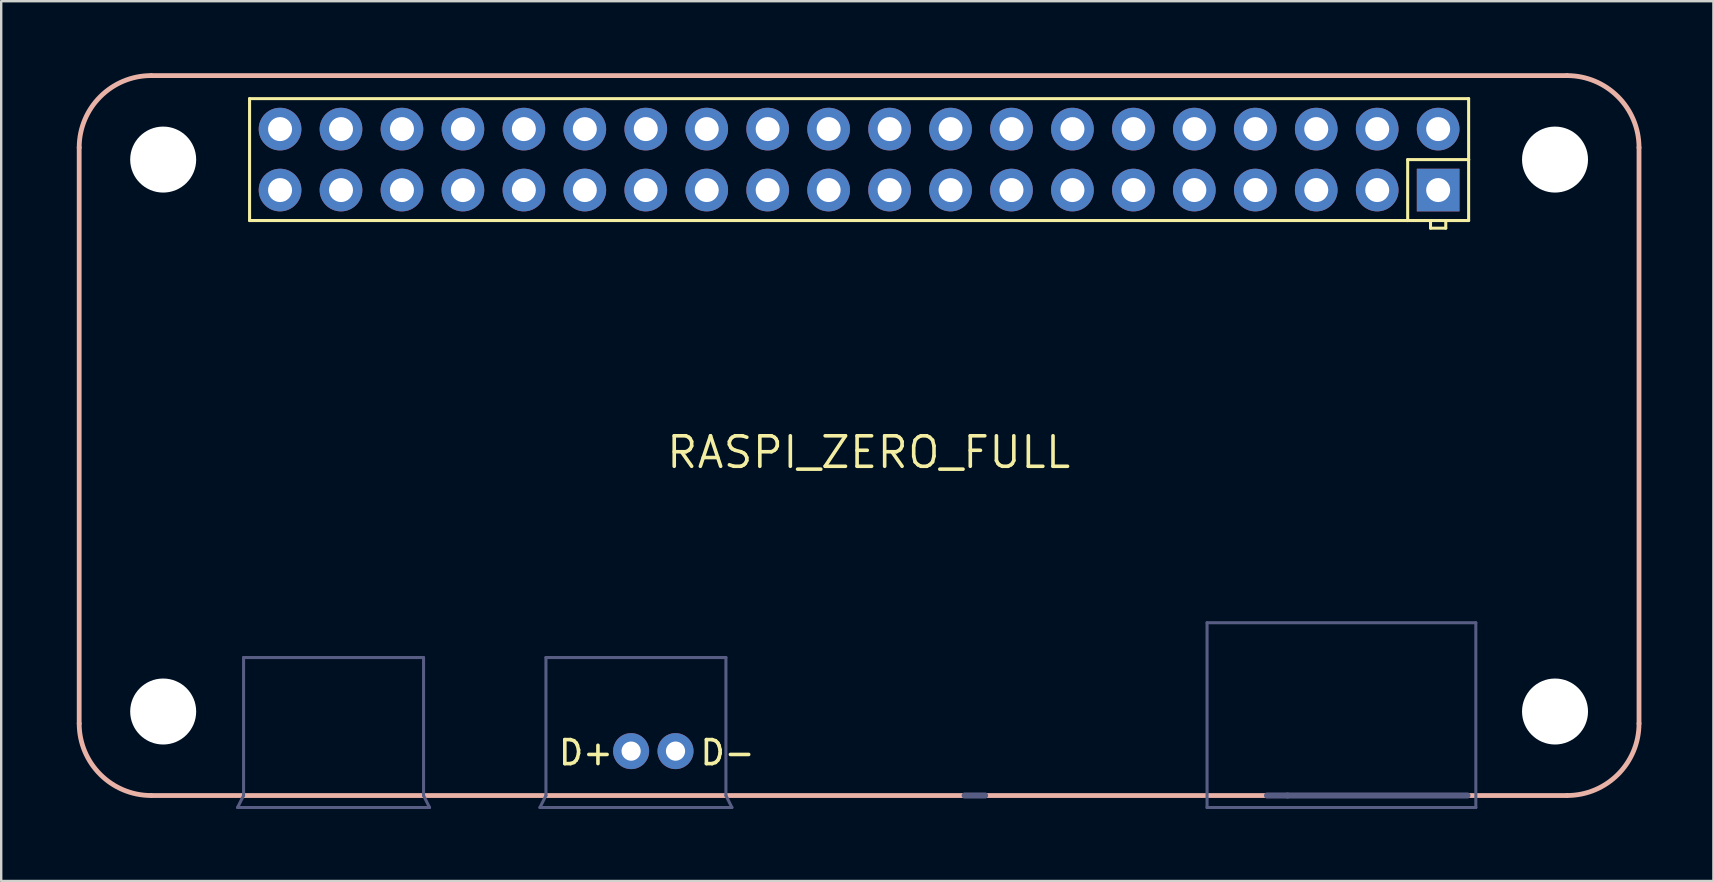
<source format=kicad_pcb>
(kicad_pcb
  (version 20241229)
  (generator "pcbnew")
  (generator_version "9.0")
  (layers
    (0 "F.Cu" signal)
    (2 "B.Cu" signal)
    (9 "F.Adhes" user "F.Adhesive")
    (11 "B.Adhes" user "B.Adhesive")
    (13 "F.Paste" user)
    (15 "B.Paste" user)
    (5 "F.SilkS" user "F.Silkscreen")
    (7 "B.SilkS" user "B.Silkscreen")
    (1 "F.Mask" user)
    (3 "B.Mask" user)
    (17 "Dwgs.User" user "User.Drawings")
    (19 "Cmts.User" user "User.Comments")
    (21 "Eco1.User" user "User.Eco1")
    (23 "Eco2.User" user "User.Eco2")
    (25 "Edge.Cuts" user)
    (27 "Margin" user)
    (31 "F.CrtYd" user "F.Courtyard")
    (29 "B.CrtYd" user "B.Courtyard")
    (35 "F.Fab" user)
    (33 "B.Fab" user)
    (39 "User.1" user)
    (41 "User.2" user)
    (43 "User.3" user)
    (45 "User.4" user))
  (footprint "RASPI_ZERO_FULL"
    (layer "F.Cu")
    (at 0.25 30.1)
    (property "Reference" "RASPI_ZERO_FULL" (at 32.9 -14.3 0) (unlocked yes) (layer "F.SilkS") (effects (font (size 1.27 1.27) (thickness 0.15))))
    (fp_poly (pts (xy 6.6 -26.5) (xy 6.581 -26.847) (xy 6.522 -27.19) (xy 6.426 -27.524) (xy 6.293 -27.845) (xy 6.125 -28.149) (xy 5.924 -28.433) (xy 5.692 -28.692) (xy 5.433 -28.924) (xy 5.149 -29.125) (xy 4.845 -29.293) (xy 4.524 -29.426) (xy 4.19 -29.522) (xy 3.847 -29.581) (xy 3.5 -29.6) (xy 3.153 -29.581) (xy 2.81 -29.522) (xy 2.476 -29.426) (xy 2.155 -29.293) (xy 1.851 -29.125) (xy 1.567 -28.924) (xy 1.308 -28.692) (xy 1.076 -28.433) (xy 0.875 -28.149) (xy 0.707 -27.845) (xy 0.574 -27.524) (xy 0.478 -27.19) (xy 0.419 -26.847) (xy 0.4 -26.5) (xy 0.419 -26.153) (xy 0.478 -25.81) (xy 0.574 -25.476) (xy 0.707 -25.155) (xy 0.875 -24.851) (xy 1.076 -24.567) (xy 1.308 -24.308) (xy 1.567 -24.076) (xy 1.851 -23.875) (xy 2.155 -23.707) (xy 2.476 -23.574) (xy 2.81 -23.478) (xy 3.153 -23.419) (xy 3.5 -23.4) (xy 3.847 -23.419) (xy 4.19 -23.478) (xy 4.524 -23.574) (xy 4.845 -23.707) (xy 5.149 -23.875) (xy 5.433 -24.076) (xy 5.692 -24.308) (xy 5.924 -24.567) (xy 6.125 -24.851) (xy 6.293 -25.155) (xy 6.426 -25.476) (xy 6.522 -25.81) (xy 6.581 -26.153)) (stroke (width 0) (type solid)) (fill yes) (layer "F.Mask"))
    (fp_poly (pts (xy 6.6 -3.5) (xy 6.581 -3.847) (xy 6.522 -4.19) (xy 6.426 -4.524) (xy 6.293 -4.845) (xy 6.125 -5.149) (xy 5.924 -5.433) (xy 5.692 -5.692) (xy 5.433 -5.924) (xy 5.149 -6.125) (xy 4.845 -6.293) (xy 4.524 -6.426) (xy 4.19 -6.522) (xy 3.847 -6.581) (xy 3.5 -6.6) (xy 3.153 -6.581) (xy 2.81 -6.522) (xy 2.476 -6.426) (xy 2.155 -6.293) (xy 1.851 -6.125) (xy 1.567 -5.924) (xy 1.308 -5.692) (xy 1.076 -5.433) (xy 0.875 -5.149) (xy 0.707 -4.845) (xy 0.574 -4.524) (xy 0.478 -4.19) (xy 0.419 -3.847) (xy 0.4 -3.5) (xy 0.419 -3.153) (xy 0.478 -2.81) (xy 0.574 -2.476) (xy 0.707 -2.155) (xy 0.875 -1.851) (xy 1.076 -1.567) (xy 1.308 -1.308) (xy 1.567 -1.076) (xy 1.851 -0.875) (xy 2.155 -0.707) (xy 2.476 -0.574) (xy 2.81 -0.478) (xy 3.153 -0.419) (xy 3.5 -0.4) (xy 3.847 -0.419) (xy 4.19 -0.478) (xy 4.524 -0.574) (xy 4.845 -0.707) (xy 5.149 -0.875) (xy 5.433 -1.076) (xy 5.692 -1.308) (xy 5.924 -1.567) (xy 6.125 -1.851) (xy 6.293 -2.155) (xy 6.426 -2.476) (xy 6.522 -2.81) (xy 6.581 -3.153)) (stroke (width 0) (type solid)) (fill yes) (layer "F.Mask"))
    (fp_poly (pts (xy 64.6 -26.5) (xy 64.581 -26.847) (xy 64.522 -27.19) (xy 64.426 -27.524) (xy 64.293 -27.845) (xy 64.125 -28.149) (xy 63.924 -28.433) (xy 63.692 -28.692) (xy 63.433 -28.924) (xy 63.149 -29.125) (xy 62.845 -29.293) (xy 62.524 -29.426) (xy 62.19 -29.522) (xy 61.847 -29.581) (xy 61.5 -29.6) (xy 61.153 -29.581) (xy 60.81 -29.522) (xy 60.476 -29.426) (xy 60.155 -29.293) (xy 59.851 -29.125) (xy 59.567 -28.924) (xy 59.308 -28.692) (xy 59.076 -28.433) (xy 58.875 -28.149) (xy 58.707 -27.845) (xy 58.574 -27.524) (xy 58.478 -27.19) (xy 58.419 -26.847) (xy 58.4 -26.5) (xy 58.419 -26.153) (xy 58.478 -25.81) (xy 58.574 -25.476) (xy 58.707 -25.155) (xy 58.875 -24.851) (xy 59.076 -24.567) (xy 59.308 -24.308) (xy 59.567 -24.076) (xy 59.851 -23.875) (xy 60.155 -23.707) (xy 60.476 -23.574) (xy 60.81 -23.478) (xy 61.153 -23.419) (xy 61.5 -23.4) (xy 61.847 -23.419) (xy 62.19 -23.478) (xy 62.524 -23.574) (xy 62.845 -23.707) (xy 63.149 -23.875) (xy 63.433 -24.076) (xy 63.692 -24.308) (xy 63.924 -24.567) (xy 64.125 -24.851) (xy 64.293 -25.155) (xy 64.426 -25.476) (xy 64.522 -25.81) (xy 64.581 -26.153)) (stroke (width 0) (type solid)) (fill yes) (layer "F.Mask"))
    (fp_poly (pts (xy 64.6 -3.5) (xy 64.581 -3.847) (xy 64.522 -4.19) (xy 64.426 -4.524) (xy 64.293 -4.845) (xy 64.125 -5.149) (xy 63.924 -5.433) (xy 63.692 -5.692) (xy 63.433 -5.924) (xy 63.149 -6.125) (xy 62.845 -6.293) (xy 62.524 -6.426) (xy 62.19 -6.522) (xy 61.847 -6.581) (xy 61.5 -6.6) (xy 61.153 -6.581) (xy 60.81 -6.522) (xy 60.476 -6.426) (xy 60.155 -6.293) (xy 59.851 -6.125) (xy 59.567 -5.924) (xy 59.308 -5.692) (xy 59.076 -5.433) (xy 58.875 -5.149) (xy 58.707 -4.845) (xy 58.574 -4.524) (xy 58.478 -4.19) (xy 58.419 -3.847) (xy 58.4 -3.5) (xy 58.419 -3.153) (xy 58.478 -2.81) (xy 58.574 -2.476) (xy 58.707 -2.155) (xy 58.875 -1.851) (xy 59.076 -1.567) (xy 59.308 -1.308) (xy 59.567 -1.076) (xy 59.851 -0.875) (xy 60.155 -0.707) (xy 60.476 -0.574) (xy 60.81 -0.478) (xy 61.153 -0.419) (xy 61.5 -0.4) (xy 61.847 -0.419) (xy 62.19 -0.478) (xy 62.524 -0.574) (xy 62.845 -0.707) (xy 63.149 -0.875) (xy 63.433 -1.076) (xy 63.692 -1.308) (xy 63.924 -1.567) (xy 64.125 -1.851) (xy 64.293 -2.155) (xy 64.426 -2.476) (xy 64.522 -2.81) (xy 64.581 -3.153)) (stroke (width 0) (type solid)) (fill yes) (layer "F.Mask"))
    (fp_poly (pts (xy 6.59 -26.5) (xy 6.57 -26.847) (xy 6.512 -27.19) (xy 6.416 -27.524) (xy 6.283 -27.845) (xy 6.115 -28.149) (xy 5.913 -28.433) (xy 5.682 -28.692) (xy 5.423 -28.924) (xy 5.139 -29.125) (xy 4.835 -29.293) (xy 4.514 -29.426) (xy 4.18 -29.522) (xy 3.837 -29.581) (xy 3.49 -29.6) (xy 3.143 -29.581) (xy 2.8 -29.522) (xy 2.466 -29.426) (xy 2.145 -29.293) (xy 1.841 -29.125) (xy 1.557 -28.924) (xy 1.298 -28.692) (xy 1.066 -28.433) (xy 0.865 -28.149) (xy 0.697 -27.845) (xy 0.564 -27.524) (xy 0.468 -27.19) (xy 0.409 -26.847) (xy 0.39 -26.5) (xy 0.409 -26.153) (xy 0.468 -25.81) (xy 0.564 -25.476) (xy 0.697 -25.155) (xy 0.865 -24.851) (xy 1.066 -24.567) (xy 1.298 -24.308) (xy 1.557 -24.076) (xy 1.841 -23.875) (xy 2.145 -23.707) (xy 2.466 -23.574) (xy 2.8 -23.478) (xy 3.143 -23.419) (xy 3.49 -23.4) (xy 3.837 -23.419) (xy 4.18 -23.478) (xy 4.514 -23.574) (xy 4.835 -23.707) (xy 5.139 -23.875) (xy 5.423 -24.076) (xy 5.682 -24.308) (xy 5.913 -24.567) (xy 6.115 -24.851) (xy 6.283 -25.155) (xy 6.416 -25.476) (xy 6.512 -25.81) (xy 6.57 -26.153)) (stroke (width 0) (type solid)) (fill yes) (layer "B.Mask"))
    (fp_poly (pts (xy 6.6 -3.5) (xy 6.581 -3.847) (xy 6.522 -4.19) (xy 6.426 -4.524) (xy 6.293 -4.845) (xy 6.125 -5.149) (xy 5.924 -5.433) (xy 5.692 -5.692) (xy 5.433 -5.924) (xy 5.149 -6.125) (xy 4.845 -6.293) (xy 4.524 -6.426) (xy 4.19 -6.522) (xy 3.847 -6.581) (xy 3.5 -6.6) (xy 3.153 -6.581) (xy 2.81 -6.522) (xy 2.476 -6.426) (xy 2.155 -6.293) (xy 1.851 -6.125) (xy 1.567 -5.924) (xy 1.308 -5.692) (xy 1.076 -5.433) (xy 0.875 -5.149) (xy 0.707 -4.845) (xy 0.574 -4.524) (xy 0.478 -4.19) (xy 0.419 -3.847) (xy 0.4 -3.5) (xy 0.419 -3.153) (xy 0.478 -2.81) (xy 0.574 -2.476) (xy 0.707 -2.155) (xy 0.875 -1.851) (xy 1.076 -1.567) (xy 1.308 -1.308) (xy 1.567 -1.076) (xy 1.851 -0.875) (xy 2.155 -0.707) (xy 2.476 -0.574) (xy 2.81 -0.478) (xy 3.153 -0.419) (xy 3.5 -0.4) (xy 3.847 -0.419) (xy 4.19 -0.478) (xy 4.524 -0.574) (xy 4.845 -0.707) (xy 5.149 -0.875) (xy 5.433 -1.076) (xy 5.692 -1.308) (xy 5.924 -1.567) (xy 6.125 -1.851) (xy 6.293 -2.155) (xy 6.426 -2.476) (xy 6.522 -2.81) (xy 6.581 -3.153)) (stroke (width 0) (type solid)) (fill yes) (layer "B.Mask"))
    (fp_poly (pts (xy 64.6 -26.5) (xy 64.581 -26.847) (xy 64.522 -27.19) (xy 64.426 -27.524) (xy 64.293 -27.845) (xy 64.125 -28.149) (xy 63.924 -28.433) (xy 63.692 -28.692) (xy 63.433 -28.924) (xy 63.149 -29.125) (xy 62.845 -29.293) (xy 62.524 -29.426) (xy 62.19 -29.522) (xy 61.847 -29.581) (xy 61.5 -29.6) (xy 61.153 -29.581) (xy 60.81 -29.522) (xy 60.476 -29.426) (xy 60.155 -29.293) (xy 59.851 -29.125) (xy 59.567 -28.924) (xy 59.308 -28.692) (xy 59.076 -28.433) (xy 58.875 -28.149) (xy 58.707 -27.845) (xy 58.574 -27.524) (xy 58.478 -27.19) (xy 58.419 -26.847) (xy 58.4 -26.5) (xy 58.419 -26.153) (xy 58.478 -25.81) (xy 58.574 -25.476) (xy 58.707 -25.155) (xy 58.875 -24.851) (xy 59.076 -24.567) (xy 59.308 -24.308) (xy 59.567 -24.076) (xy 59.851 -23.875) (xy 60.155 -23.707) (xy 60.476 -23.574) (xy 60.81 -23.478) (xy 61.153 -23.419) (xy 61.5 -23.4) (xy 61.847 -23.419) (xy 62.19 -23.478) (xy 62.524 -23.574) (xy 62.845 -23.707) (xy 63.149 -23.875) (xy 63.433 -24.076) (xy 63.692 -24.308) (xy 63.924 -24.567) (xy 64.125 -24.851) (xy 64.293 -25.155) (xy 64.426 -25.476) (xy 64.522 -25.81) (xy 64.581 -26.153)) (stroke (width 0) (type solid)) (fill yes) (layer "B.Mask"))
    (fp_poly (pts (xy 64.6 -3.5) (xy 64.581 -3.847) (xy 64.522 -4.19) (xy 64.426 -4.524) (xy 64.293 -4.845) (xy 64.125 -5.149) (xy 63.924 -5.433) (xy 63.692 -5.692) (xy 63.433 -5.924) (xy 63.149 -6.125) (xy 62.845 -6.293) (xy 62.524 -6.426) (xy 62.19 -6.522) (xy 61.847 -6.581) (xy 61.5 -6.6) (xy 61.153 -6.581) (xy 60.81 -6.522) (xy 60.476 -6.426) (xy 60.155 -6.293) (xy 59.851 -6.125) (xy 59.567 -5.924) (xy 59.308 -5.692) (xy 59.076 -5.433) (xy 58.875 -5.149) (xy 58.707 -4.845) (xy 58.574 -4.524) (xy 58.478 -4.19) (xy 58.419 -3.847) (xy 58.4 -3.5) (xy 58.419 -3.153) (xy 58.478 -2.81) (xy 58.574 -2.476) (xy 58.707 -2.155) (xy 58.875 -1.851) (xy 59.076 -1.567) (xy 59.308 -1.308) (xy 59.567 -1.076) (xy 59.851 -0.875) (xy 60.155 -0.707) (xy 60.476 -0.574) (xy 60.81 -0.478) (xy 61.153 -0.419) (xy 61.5 -0.4) (xy 61.847 -0.419) (xy 62.19 -0.478) (xy 62.524 -0.574) (xy 62.845 -0.707) (xy 63.149 -0.875) (xy 63.433 -1.076) (xy 63.692 -1.308) (xy 63.924 -1.567) (xy 64.125 -1.851) (xy 64.293 -2.155) (xy 64.426 -2.476) (xy 64.522 -2.81) (xy 64.581 -3.153)) (stroke (width 0) (type solid)) (fill yes) (layer "B.Mask"))
    (fp_line (start 7.1 -29.04) (end 57.9 -29.04) (stroke (width 0.127) (type solid)) (layer "F.SilkS"))
    (fp_line (start 7.1 -23.96) (end 7.1 -29.04) (stroke (width 0.127) (type solid)) (layer "F.SilkS"))
    (fp_line (start 55.36 -26.5) (end 55.36 -23.96) (stroke (width 0.127) (type solid)) (layer "F.SilkS"))
    (fp_line (start 55.36 -23.96) (end 7.1 -23.96) (stroke (width 0.127) (type solid)) (layer "F.SilkS"))
    (fp_line (start 56.312 -23.96) (end 55.36 -23.96) (stroke (width 0.127) (type solid)) (layer "F.SilkS"))
    (fp_line (start 56.312 -23.642) (end 56.312 -23.96) (stroke (width 0.127) (type solid)) (layer "F.SilkS"))
    (fp_line (start 56.947 -23.96) (end 56.312 -23.96) (stroke (width 0.127) (type solid)) (layer "F.SilkS"))
    (fp_line (start 56.947 -23.96) (end 56.947 -23.642) (stroke (width 0.127) (type solid)) (layer "F.SilkS"))
    (fp_line (start 56.947 -23.642) (end 56.312 -23.642) (stroke (width 0.127) (type solid)) (layer "F.SilkS"))
    (fp_line (start 57.9 -29.04) (end 57.9 -26.5) (stroke (width 0.127) (type solid)) (layer "F.SilkS"))
    (fp_line (start 57.9 -26.5) (end 55.36 -26.5) (stroke (width 0.127) (type solid)) (layer "F.SilkS"))
    (fp_line (start 57.9 -26.5) (end 57.9 -23.96) (stroke (width 0.127) (type solid)) (layer "F.SilkS"))
    (fp_line (start 57.9 -23.96) (end 56.947 -23.96) (stroke (width 0.127) (type solid)) (layer "F.SilkS"))
    (fp_line (start 0 -27) (end 0 -3) (stroke (width 0.2) (type solid)) (layer "B.SilkS"))
    (fp_line (start 3 0) (end 6.85 0) (stroke (width 0.2) (type solid)) (layer "B.SilkS"))
    (fp_line (start 6.85 0) (end 14.35 0) (stroke (width 0.2) (type solid)) (layer "B.SilkS"))
    (fp_line (start 14.35 0) (end 62 0) (stroke (width 0.2) (type solid)) (layer "B.SilkS"))
    (fp_line (start 62 -30) (end 3 -30) (stroke (width 0.2) (type solid)) (layer "B.SilkS"))
    (fp_line (start 65 -3) (end 65 -27) (stroke (width 0.2) (type solid)) (layer "B.SilkS"))
    (fp_arc (start 0 -27) (mid 0.87868 -29.12132) (end 3 -30) (stroke (width 0.2) (type solid)) (layer "B.SilkS"))
    (fp_arc (start 3 0) (mid 0.87868 -0.87868) (end 0 -3) (stroke (width 0.2) (type solid)) (layer "B.SilkS"))
    (fp_arc (start 62 -30) (mid 64.12132 -29.12132) (end 65 -27) (stroke (width 0.2) (type solid)) (layer "B.SilkS"))
    (fp_arc (start 65 -3) (mid 64.12132 -0.87868) (end 62 0) (stroke (width 0.2) (type solid)) (layer "B.SilkS"))
    (fp_line (start 6.6 0.5) (end 14.6 0.5) (stroke (width 0.127) (type solid)) (layer "B.Fab"))
    (fp_line (start 6.85 -5.75) (end 14.35 -5.75) (stroke (width 0.127) (type solid)) (layer "B.Fab"))
    (fp_line (start 6.85 0) (end 6.6 0.5) (stroke (width 0.127) (type solid)) (layer "B.Fab"))
    (fp_line (start 6.85 0) (end 6.85 -5.75) (stroke (width 0.127) (type solid)) (layer "B.Fab"))
    (fp_line (start 14.35 -5.75) (end 14.35 0) (stroke (width 0.127) (type solid)) (layer "B.Fab"))
    (fp_line (start 14.6 0.5) (end 14.35 0) (stroke (width 0.127) (type solid)) (layer "B.Fab"))
    (fp_line (start 19.2 0.5) (end 27.2 0.5) (stroke (width 0.127) (type solid)) (layer "B.Fab"))
    (fp_line (start 19.45 -5.75) (end 26.95 -5.75) (stroke (width 0.127) (type solid)) (layer "B.Fab"))
    (fp_line (start 19.45 0) (end 19.2 0.5) (stroke (width 0.127) (type solid)) (layer "B.Fab"))
    (fp_line (start 19.45 0) (end 19.45 -5.75) (stroke (width 0.127) (type solid)) (layer "B.Fab"))
    (fp_line (start 26.95 -5.75) (end 26.95 0) (stroke (width 0.127) (type solid)) (layer "B.Fab"))
    (fp_line (start 27.2 0.5) (end 26.95 0) (stroke (width 0.127) (type solid)) (layer "B.Fab"))
    (fp_line (start 36.9 0) (end 37.75 0) (stroke (width 0.254) (type solid)) (layer "B.Fab"))
    (fp_line (start 47 -7.2) (end 58.2 -7.2) (stroke (width 0.127) (type default)) (layer "B.Fab"))
    (fp_line (start 47 0.5) (end 47 -7.2) (stroke (width 0.127) (type default)) (layer "B.Fab"))
    (fp_line (start 47 0.5) (end 58.2 0.5) (stroke (width 0.127) (type default)) (layer "B.Fab"))
    (fp_line (start 49.5 0) (end 50.35 0) (stroke (width 0.254) (type solid)) (layer "B.Fab"))
    (fp_line (start 50.35 0) (end 57.85 0) (stroke (width 0.254) (type solid)) (layer "B.Fab"))
    (fp_line (start 58.2 0.5) (end 58.2 -7.2) (stroke (width 0.127) (type default)) (layer "B.Fab"))
    (fp_text user "D+" (at 19.9 -1.2 0) (unlocked yes) (layer "F.SilkS") (effects (font (size 1 1) (thickness 0.15)) (justify left bottom)))
    (fp_text user "D-" (at 25.8 -1.2 0) (unlocked yes) (layer "F.SilkS") (effects (font (size 1 1) (thickness 0.15)) (justify left bottom)))
    (pad "" np_thru_hole circle (at 3.5 -26.5) (size 2.75 2.75) (drill 2.75) (layers "*.Cu" "*.Mask"))
    (pad "" np_thru_hole circle (at 3.5 -3.5) (size 2.75 2.75) (drill 2.75) (layers "*.Cu" "*.Mask"))
    (pad "" np_thru_hole circle (at 61.5 -26.5) (size 2.75 2.75) (drill 2.75) (layers "*.Cu" "*.Mask"))
    (pad "" np_thru_hole circle (at 61.5 -3.5) (size 2.75 2.75) (drill 2.75) (layers "*.Cu" "*.Mask"))
    (pad "1" thru_hole rect (at 56.63 -25.23) (size 1.778 1.778) (drill 1) (layers "*.Cu" "*.Mask"))
    (pad "2" thru_hole circle (at 56.63 -27.77) (size 1.778 1.778) (drill 1) (layers "*.Cu" "*.Mask"))
    (pad "3" thru_hole circle (at 54.09 -25.23) (size 1.778 1.778) (drill 1) (layers "*.Cu" "*.Mask"))
    (pad "4" thru_hole circle (at 54.09 -27.77) (size 1.778 1.778) (drill 1) (layers "*.Cu" "*.Mask"))
    (pad "5" thru_hole circle (at 51.55 -25.23) (size 1.778 1.778) (drill 1) (layers "*.Cu" "*.Mask"))
    (pad "6" thru_hole circle (at 51.55 -27.77) (size 1.778 1.778) (drill 1) (layers "*.Cu" "*.Mask"))
    (pad "7" thru_hole circle (at 49.01 -25.23) (size 1.778 1.778) (drill 1) (layers "*.Cu" "*.Mask"))
    (pad "8" thru_hole circle (at 49.01 -27.77) (size 1.778 1.778) (drill 1) (layers "*.Cu" "*.Mask"))
    (pad "9" thru_hole circle (at 46.47 -25.23) (size 1.778 1.778) (drill 1) (layers "*.Cu" "*.Mask"))
    (pad "10" thru_hole circle (at 46.47 -27.77) (size 1.778 1.778) (drill 1) (layers "*.Cu" "*.Mask"))
    (pad "11" thru_hole circle (at 43.93 -25.23) (size 1.778 1.778) (drill 1) (layers "*.Cu" "*.Mask"))
    (pad "12" thru_hole circle (at 43.93 -27.77) (size 1.778 1.778) (drill 1) (layers "*.Cu" "*.Mask"))
    (pad "13" thru_hole circle (at 41.39 -25.23) (size 1.778 1.778) (drill 1) (layers "*.Cu" "*.Mask"))
    (pad "14" thru_hole circle (at 41.39 -27.77) (size 1.778 1.778) (drill 1) (layers "*.Cu" "*.Mask"))
    (pad "15" thru_hole circle (at 38.85 -25.23) (size 1.778 1.778) (drill 1) (layers "*.Cu" "*.Mask"))
    (pad "16" thru_hole circle (at 38.85 -27.77) (size 1.778 1.778) (drill 1) (layers "*.Cu" "*.Mask"))
    (pad "17" thru_hole circle (at 36.31 -25.23) (size 1.778 1.778) (drill 1) (layers "*.Cu" "*.Mask"))
    (pad "18" thru_hole circle (at 36.31 -27.77) (size 1.778 1.778) (drill 1) (layers "*.Cu" "*.Mask"))
    (pad "19" thru_hole circle (at 33.77 -25.23) (size 1.778 1.778) (drill 1) (layers "*.Cu" "*.Mask"))
    (pad "20" thru_hole circle (at 33.77 -27.77) (size 1.778 1.778) (drill 1) (layers "*.Cu" "*.Mask"))
    (pad "21" thru_hole circle (at 31.23 -25.23) (size 1.778 1.778) (drill 1) (layers "*.Cu" "*.Mask"))
    (pad "22" thru_hole circle (at 31.23 -27.77) (size 1.778 1.778) (drill 1) (layers "*.Cu" "*.Mask"))
    (pad "23" thru_hole circle (at 28.69 -25.23) (size 1.778 1.778) (drill 1) (layers "*.Cu" "*.Mask"))
    (pad "24" thru_hole circle (at 28.69 -27.77) (size 1.778 1.778) (drill 1) (layers "*.Cu" "*.Mask"))
    (pad "25" thru_hole circle (at 26.15 -25.23) (size 1.778 1.778) (drill 1) (layers "*.Cu" "*.Mask"))
    (pad "26" thru_hole circle (at 26.15 -27.77) (size 1.778 1.778) (drill 1) (layers "*.Cu" "*.Mask"))
    (pad "27" thru_hole circle (at 23.61 -25.23) (size 1.778 1.778) (drill 1) (layers "*.Cu" "*.Mask"))
    (pad "28" thru_hole circle (at 23.61 -27.77) (size 1.778 1.778) (drill 1) (layers "*.Cu" "*.Mask"))
    (pad "29" thru_hole circle (at 21.07 -25.23) (size 1.778 1.778) (drill 1) (layers "*.Cu" "*.Mask"))
    (pad "30" thru_hole circle (at 21.07 -27.77) (size 1.778 1.778) (drill 1) (layers "*.Cu" "*.Mask"))
    (pad "31" thru_hole circle (at 18.53 -25.23) (size 1.778 1.778) (drill 1) (layers "*.Cu" "*.Mask"))
    (pad "32" thru_hole circle (at 18.53 -27.77) (size 1.778 1.778) (drill 1) (layers "*.Cu" "*.Mask"))
    (pad "33" thru_hole circle (at 15.99 -25.23) (size 1.778 1.778) (drill 1) (layers "*.Cu" "*.Mask"))
    (pad "34" thru_hole circle (at 15.99 -27.77) (size 1.778 1.778) (drill 1) (layers "*.Cu" "*.Mask"))
    (pad "35" thru_hole circle (at 13.45 -25.23) (size 1.778 1.778) (drill 1) (layers "*.Cu" "*.Mask"))
    (pad "36" thru_hole circle (at 13.45 -27.77) (size 1.778 1.778) (drill 1) (layers "*.Cu" "*.Mask"))
    (pad "37" thru_hole circle (at 10.91 -25.23) (size 1.778 1.778) (drill 1) (layers "*.Cu" "*.Mask"))
    (pad "38" thru_hole circle (at 10.91 -27.77) (size 1.778 1.778) (drill 1) (layers "*.Cu" "*.Mask"))
    (pad "39" thru_hole circle (at 8.37 -25.23) (size 1.778 1.778) (drill 1) (layers "*.Cu" "*.Mask"))
    (pad "40" thru_hole circle (at 8.37 -27.77) (size 1.778 1.778) (drill 1) (layers "*.Cu" "*.Mask"))
    (pad "PP22" thru_hole circle (at 23 -1.85) (size 1.5 1.5) (drill 0.8) (layers "*.Cu" "*.Mask"))
    (pad "PP23" thru_hole circle (at 24.85 -1.85) (size 1.5 1.5) (drill 0.8) (layers "*.Cu" "*.Mask"))
    (zone (net_name "") (layers "F.Cu" "F.Mask" "B.Cu" "B.Mask" "B.Fab") (hatch edge 0.5) (connect_pads) (min_thickness 0.25) (filled_areas_thickness no) (keepout (tracks not_allowed) (vias not_allowed) (pads not_allowed) (copperpour not_allowed) (footprints not_allowed)) (placement (enabled no)) (fill) (polygon (pts (xy 6.85 26.6) (xy 6.831 26.253) (xy 6.772 25.91) (xy 6.676 25.576) (xy 6.543 25.255) (xy 6.375 24.951) (xy 6.174 24.667) (xy 5.942 24.408) (xy 5.683 24.176) (xy 5.399 23.975) (xy 5.095 23.807) (xy 4.774 23.674) (xy 4.44 23.578) (xy 4.097 23.519) (xy 3.75 23.5) (xy 3.403 23.519) (xy 3.06 23.578) (xy 2.726 23.674) (xy 2.405 23.807) (xy 2.101 23.975) (xy 1.817 24.176) (xy 1.558 24.408) (xy 1.326 24.667) (xy 1.125 24.951) (xy 0.957 25.255) (xy 0.824 25.576) (xy 0.728 25.91) (xy 0.669 26.253) (xy 0.65 26.6) (xy 0.669 26.947) (xy 0.728 27.29) (xy 0.824 27.624) (xy 0.957 27.945) (xy 1.125 28.249) (xy 1.326 28.533) (xy 1.558 28.792) (xy 1.817 29.024) (xy 2.101 29.225) (xy 2.405 29.393) (xy 2.726 29.526) (xy 3.06 29.622) (xy 3.403 29.681) (xy 3.75 29.7) (xy 4.097 29.681) (xy 4.44 29.622) (xy 4.774 29.526) (xy 5.095 29.393) (xy 5.399 29.225) (xy 5.683 29.024) (xy 5.942 28.792) (xy 6.174 28.533) (xy 6.375 28.249) (xy 6.543 27.945) (xy 6.676 27.624) (xy 6.772 27.29) (xy 6.831 26.947))))
    (zone (net_name "") (layers "F.Cu" "F.Mask" "B.Cu" "B.Mask" "B.Fab") (hatch edge 0.5) (connect_pads) (min_thickness 0.25) (filled_areas_thickness no) (keepout (tracks not_allowed) (vias not_allowed) (pads not_allowed) (copperpour not_allowed) (footprints not_allowed)) (placement (enabled no)) (fill) (polygon (pts (xy 64.85 3.6) (xy 64.831 3.253) (xy 64.772 2.91) (xy 64.676 2.576) (xy 64.543 2.255) (xy 64.375 1.951) (xy 64.174 1.667) (xy 63.942 1.408) (xy 63.683 1.176) (xy 63.399 0.975) (xy 63.095 0.807) (xy 62.774 0.674) (xy 62.44 0.578) (xy 62.097 0.519) (xy 61.75 0.5) (xy 61.403 0.519) (xy 61.06 0.578) (xy 60.726 0.674) (xy 60.405 0.807) (xy 60.101 0.975) (xy 59.817 1.176) (xy 59.558 1.408) (xy 59.326 1.667) (xy 59.125 1.951) (xy 58.957 2.255) (xy 58.824 2.576) (xy 58.728 2.91) (xy 58.669 3.253) (xy 58.65 3.6) (xy 58.669 3.947) (xy 58.728 4.29) (xy 58.824 4.624) (xy 58.957 4.945) (xy 59.125 5.249) (xy 59.326 5.533) (xy 59.558 5.792) (xy 59.817 6.024) (xy 60.101 6.225) (xy 60.405 6.393) (xy 60.726 6.526) (xy 61.06 6.622) (xy 61.403 6.681) (xy 61.75 6.7) (xy 62.097 6.681) (xy 62.44 6.622) (xy 62.774 6.526) (xy 63.095 6.393) (xy 63.399 6.225) (xy 63.683 6.024) (xy 63.942 5.792) (xy 64.174 5.533) (xy 64.375 5.249) (xy 64.543 4.945) (xy 64.676 4.624) (xy 64.772 4.29) (xy 64.831 3.947))))
    (zone (net_name "") (layers "F.Cu" "F.Mask" "B.Cu" "B.Mask" "B.Fab") (hatch edge 0.5) (connect_pads) (min_thickness 0.25) (filled_areas_thickness no) (keepout (tracks not_allowed) (vias not_allowed) (pads not_allowed) (copperpour not_allowed) (footprints not_allowed)) (placement (enabled no)) (fill) (polygon (pts (xy 64.85 26.6) (xy 64.831 26.253) (xy 64.772 25.91) (xy 64.676 25.576) (xy 64.543 25.255) (xy 64.375 24.951) (xy 64.174 24.667) (xy 63.942 24.408) (xy 63.683 24.176) (xy 63.399 23.975) (xy 63.095 23.807) (xy 62.774 23.674) (xy 62.44 23.578) (xy 62.097 23.519) (xy 61.75 23.5) (xy 61.403 23.519) (xy 61.06 23.578) (xy 60.726 23.674) (xy 60.405 23.807) (xy 60.101 23.975) (xy 59.817 24.176) (xy 59.558 24.408) (xy 59.326 24.667) (xy 59.125 24.951) (xy 58.957 25.255) (xy 58.824 25.576) (xy 58.728 25.91) (xy 58.669 26.253) (xy 58.65 26.6) (xy 58.669 26.947) (xy 58.728 27.29) (xy 58.824 27.624) (xy 58.957 27.945) (xy 59.125 28.249) (xy 59.326 28.533) (xy 59.558 28.792) (xy 59.817 29.024) (xy 60.101 29.225) (xy 60.405 29.393) (xy 60.726 29.526) (xy 61.06 29.622) (xy 61.403 29.681) (xy 61.75 29.7) (xy 62.097 29.681) (xy 62.44 29.622) (xy 62.774 29.526) (xy 63.095 29.393) (xy 63.399 29.225) (xy 63.683 29.024) (xy 63.942 28.792) (xy 64.174 28.533) (xy 64.375 28.249) (xy 64.543 27.945) (xy 64.676 27.624) (xy 64.772 27.29) (xy 64.831 26.947)))))
  (gr_rect
    (start -3 -3)
    (end 68.35 33.663)
    (stroke (width 0.1) (type default))
    (fill no)
    (layer "Edge.Cuts")))
</source>
